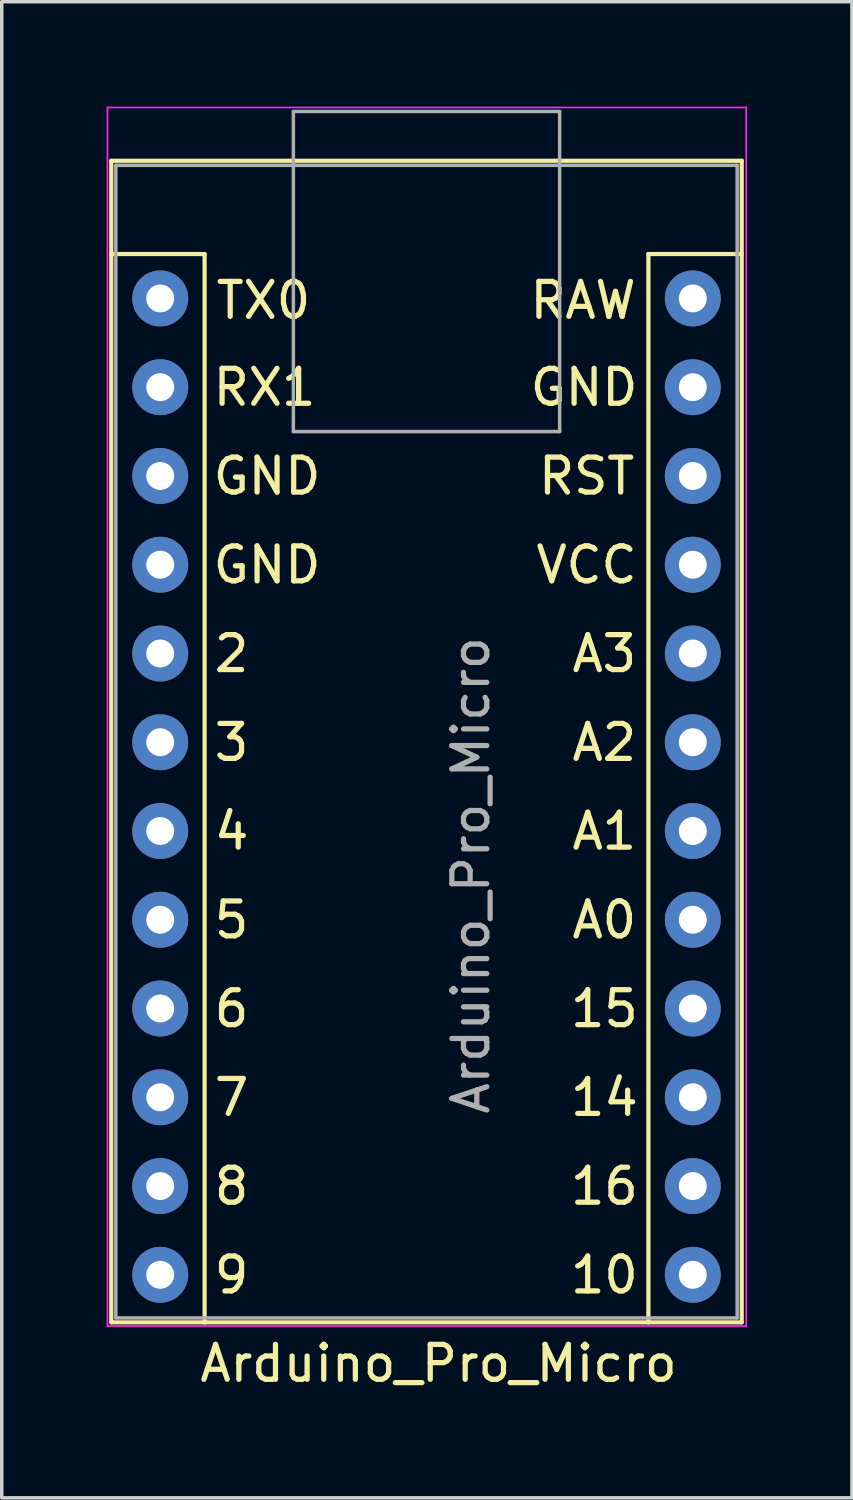
<source format=kicad_pcb>
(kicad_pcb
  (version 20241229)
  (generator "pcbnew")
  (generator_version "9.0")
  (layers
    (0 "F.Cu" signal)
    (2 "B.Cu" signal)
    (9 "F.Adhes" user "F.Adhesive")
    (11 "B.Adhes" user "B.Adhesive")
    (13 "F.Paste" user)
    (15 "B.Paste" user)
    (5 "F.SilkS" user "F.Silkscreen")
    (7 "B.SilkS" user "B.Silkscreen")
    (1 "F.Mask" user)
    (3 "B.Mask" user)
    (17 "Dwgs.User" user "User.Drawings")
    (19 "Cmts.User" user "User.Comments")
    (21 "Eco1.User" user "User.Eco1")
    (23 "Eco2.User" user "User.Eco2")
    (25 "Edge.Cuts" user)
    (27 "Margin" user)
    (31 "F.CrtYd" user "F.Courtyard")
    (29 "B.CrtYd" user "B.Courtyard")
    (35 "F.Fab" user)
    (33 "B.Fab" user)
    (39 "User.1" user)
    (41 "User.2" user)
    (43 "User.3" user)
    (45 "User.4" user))
  (footprint "Arduino_Pro_Micro"
    (layer "F.Cu")
    (at 1.544 5.496)
    (property "Reference" "Arduino_Pro_Micro" (at 7.956 30.469 180) (layer "F.SilkS") (effects (font (size 1 1) (thickness 0.15))))
    (attr through_hole)
    (fp_line (start -1.409 -3.946) (end -1.409 29.294) (stroke (width 0.12) (type solid)) (layer "F.SilkS"))
    (fp_line (start 1.261 -1.276) (end -1.409 -1.276) (stroke (width 0.12) (type solid)) (layer "F.SilkS"))
    (fp_line (start 1.261 29.294) (end -1.409 29.294) (stroke (width 0.12) (type solid)) (layer "F.SilkS"))
    (fp_line (start 1.261 29.294) (end 1.261 -1.276) (stroke (width 0.12) (type solid)) (layer "F.SilkS"))
    (fp_line (start 1.261 29.294) (end 13.961 29.294) (stroke (width 0.12) (type solid)) (layer "F.SilkS"))
    (fp_line (start 13.961 -1.276) (end 16.631 -1.276) (stroke (width 0.12) (type solid)) (layer "F.SilkS"))
    (fp_line (start 13.961 29.294) (end 13.961 -1.276) (stroke (width 0.12) (type solid)) (layer "F.SilkS"))
    (fp_line (start 13.961 29.294) (end 16.631 29.294) (stroke (width 0.12) (type solid)) (layer "F.SilkS"))
    (fp_line (start 16.631 -3.946) (end -1.409 -3.946) (stroke (width 0.12) (type solid)) (layer "F.SilkS"))
    (fp_line (start 16.631 29.294) (end 16.631 -3.946) (stroke (width 0.12) (type solid)) (layer "F.SilkS"))
    (fp_line (start -1.519 -5.471) (end -1.519 29.399) (stroke (width 0.05) (type solid)) (layer "F.CrtYd"))
    (fp_line (start -1.519 -5.471) (end 16.761 -5.471) (stroke (width 0.05) (type solid)) (layer "F.CrtYd"))
    (fp_line (start 16.761 29.399) (end -1.519 29.399) (stroke (width 0.05) (type solid)) (layer "F.CrtYd"))
    (fp_line (start 16.761 29.399) (end 16.761 -5.471) (stroke (width 0.05) (type solid)) (layer "F.CrtYd"))
    (fp_line (start -1.279 -3.816) (end 16.501 -3.816) (stroke (width 0.1) (type solid)) (layer "F.Fab"))
    (fp_line (start -1.279 29.169) (end -1.279 -3.816) (stroke (width 0.1) (type solid)) (layer "F.Fab"))
    (fp_line (start 3.801 -5.356) (end 11.421 -5.356) (stroke (width 0.1) (type solid)) (layer "F.Fab"))
    (fp_line (start 3.801 3.804) (end 3.801 -5.356) (stroke (width 0.1) (type solid)) (layer "F.Fab"))
    (fp_line (start 11.421 -5.356) (end 11.421 3.804) (stroke (width 0.1) (type solid)) (layer "F.Fab"))
    (fp_line (start 11.421 3.804) (end 3.801 3.804) (stroke (width 0.1) (type solid)) (layer "F.Fab"))
    (fp_line (start 16.501 -3.816) (end 16.501 29.169) (stroke (width 0.1) (type solid)) (layer "F.Fab"))
    (fp_line (start 16.501 29.169) (end -1.279 29.169) (stroke (width 0.1) (type solid)) (layer "F.Fab"))
    (fp_text user "A1" (at 12.7 15.24 0) (layer "F.SilkS") (effects (font (size 1 1) (thickness 0.15))))
    (fp_text user "5" (at 2.032 17.78 0) (layer "F.SilkS") (effects (font (size 1 1) (thickness 0.15))))
    (fp_text user "TX0" (at 2.946 0.051 0) (layer "F.SilkS") (effects (font (size 1 1) (thickness 0.15))))
    (fp_text user "14" (at 12.7 22.86 0) (layer "F.SilkS") (effects (font (size 1 1) (thickness 0.15))))
    (fp_text user "6" (at 2.032 20.32 0) (layer "F.SilkS") (effects (font (size 1 1) (thickness 0.15))))
    (fp_text user "8" (at 2.032 25.4 0) (layer "F.SilkS") (effects (font (size 1 1) (thickness 0.15))))
    (fp_text user "GND" (at 3.048 5.08 0) (layer "F.SilkS") (effects (font (size 1 1) (thickness 0.15))))
    (fp_text user "GND" (at 3.048 7.62 0) (layer "F.SilkS") (effects (font (size 1 1) (thickness 0.15))))
    (fp_text user "GND" (at 12.12 2.539 0) (layer "F.SilkS") (effects (font (size 1 1) (thickness 0.15))))
    (fp_text user "VCC" (at 12.192 7.62 0) (layer "F.SilkS") (effects (font (size 1 1) (thickness 0.15))))
    (fp_text user "A0" (at 12.7 17.78 0) (layer "F.SilkS") (effects (font (size 1 1) (thickness 0.15))))
    (fp_text user "10" (at 12.7 27.94 0) (layer "F.SilkS") (effects (font (size 1 1) (thickness 0.15))))
    (fp_text user "RST" (at 12.192 5.08 0) (layer "F.SilkS") (effects (font (size 1 1) (thickness 0.15))))
    (fp_text user "4" (at 2.032 15.24 0) (layer "F.SilkS") (effects (font (size 1 1) (thickness 0.15))))
    (fp_text user "RAW" (at 12.09 0.051 0) (layer "F.SilkS") (effects (font (size 1 1) (thickness 0.15))))
    (fp_text user "9" (at 2.032 27.94 0) (layer "F.SilkS") (effects (font (size 1 1) (thickness 0.15))))
    (fp_text user "RX1" (at 2.976 2.539 0) (layer "F.SilkS") (effects (font (size 1 1) (thickness 0.15))))
    (fp_text user "2" (at 2.032 10.16 0) (layer "F.SilkS") (effects (font (size 1 1) (thickness 0.15))))
    (fp_text user "16" (at 12.7 25.4 0) (layer "F.SilkS") (effects (font (size 1 1) (thickness 0.15))))
    (fp_text user "7" (at 2.032 22.86 0) (layer "F.SilkS") (effects (font (size 1 1) (thickness 0.15))))
    (fp_text user "15" (at 12.7 20.32 0) (layer "F.SilkS") (effects (font (size 1 1) (thickness 0.15))))
    (fp_text user "A2" (at 12.7 12.7 0) (layer "F.SilkS") (effects (font (size 1 1) (thickness 0.15))))
    (fp_text user "3" (at 2.032 12.7 0) (layer "F.SilkS") (effects (font (size 1 1) (thickness 0.15))))
    (fp_text user "A3" (at 12.7 10.16 0) (layer "F.SilkS") (effects (font (size 1 1) (thickness 0.15))))
    (fp_text user "${REFERENCE}" (at 8.881 16.504 270) (layer "F.Fab") (effects (font (size 1 1) (thickness 0.15))))
    (pad "1" thru_hole oval (at -0.009 -0.006 180) (size 1.6 1.6) (drill 0.8) (layers "*.Cu" "*.Mask"))
    (pad "2" thru_hole oval (at -0.009 2.534 180) (size 1.6 1.6) (drill 0.8) (layers "*.Cu" "*.Mask"))
    (pad "3" thru_hole oval (at -0.009 5.074 180) (size 1.6 1.6) (drill 0.8) (layers "*.Cu" "*.Mask"))
    (pad "4" thru_hole oval (at -0.009 7.614 180) (size 1.6 1.6) (drill 0.8) (layers "*.Cu" "*.Mask"))
    (pad "5" thru_hole oval (at -0.009 10.154 180) (size 1.6 1.6) (drill 0.8) (layers "*.Cu" "*.Mask"))
    (pad "6" thru_hole oval (at -0.009 12.694 180) (size 1.6 1.6) (drill 0.8) (layers "*.Cu" "*.Mask"))
    (pad "7" thru_hole oval (at -0.009 15.234 180) (size 1.6 1.6) (drill 0.8) (layers "*.Cu" "*.Mask"))
    (pad "8" thru_hole oval (at -0.009 17.774 180) (size 1.6 1.6) (drill 0.8) (layers "*.Cu" "*.Mask"))
    (pad "9" thru_hole oval (at -0.009 20.314 180) (size 1.6 1.6) (drill 0.8) (layers "*.Cu" "*.Mask"))
    (pad "10" thru_hole oval (at -0.009 22.854 180) (size 1.6 1.6) (drill 0.8) (layers "*.Cu" "*.Mask"))
    (pad "11" thru_hole oval (at -0.009 25.394 180) (size 1.6 1.6) (drill 0.8) (layers "*.Cu" "*.Mask"))
    (pad "12" thru_hole oval (at -0.009 27.934 180) (size 1.6 1.6) (drill 0.8) (layers "*.Cu" "*.Mask"))
    (pad "13" thru_hole oval (at 15.231 27.934 180) (size 1.6 1.6) (drill 0.8) (layers "*.Cu" "*.Mask"))
    (pad "14" thru_hole oval (at 15.231 25.394 180) (size 1.6 1.6) (drill 0.8) (layers "*.Cu" "*.Mask"))
    (pad "15" thru_hole oval (at 15.231 22.854 180) (size 1.6 1.6) (drill 0.8) (layers "*.Cu" "*.Mask"))
    (pad "16" thru_hole oval (at 15.231 20.314 180) (size 1.6 1.6) (drill 0.8) (layers "*.Cu" "*.Mask"))
    (pad "17" thru_hole oval (at 15.231 17.774 180) (size 1.6 1.6) (drill 0.8) (layers "*.Cu" "*.Mask"))
    (pad "18" thru_hole oval (at 15.231 15.234 180) (size 1.6 1.6) (drill 0.8) (layers "*.Cu" "*.Mask"))
    (pad "19" thru_hole oval (at 15.231 12.694 180) (size 1.6 1.6) (drill 0.8) (layers "*.Cu" "*.Mask"))
    (pad "20" thru_hole oval (at 15.231 10.154 180) (size 1.6 1.6) (drill 0.8) (layers "*.Cu" "*.Mask"))
    (pad "21" thru_hole oval (at 15.231 7.614 180) (size 1.6 1.6) (drill 0.8) (layers "*.Cu" "*.Mask"))
    (pad "22" thru_hole oval (at 15.231 5.074 180) (size 1.6 1.6) (drill 0.8) (layers "*.Cu" "*.Mask"))
    (pad "23" thru_hole oval (at 15.231 2.534 180) (size 1.6 1.6) (drill 0.8) (layers "*.Cu" "*.Mask"))
    (pad "24" thru_hole oval (at 15.231 -0.006 180) (size 1.6 1.6) (drill 0.8) (layers "*.Cu" "*.Mask")))
  (gr_rect
    (start -3 -3)
    (end 21.33 39.813)
    (stroke (width 0.1) (type default))
    (fill no)
    (layer "Edge.Cuts")))
</source>
